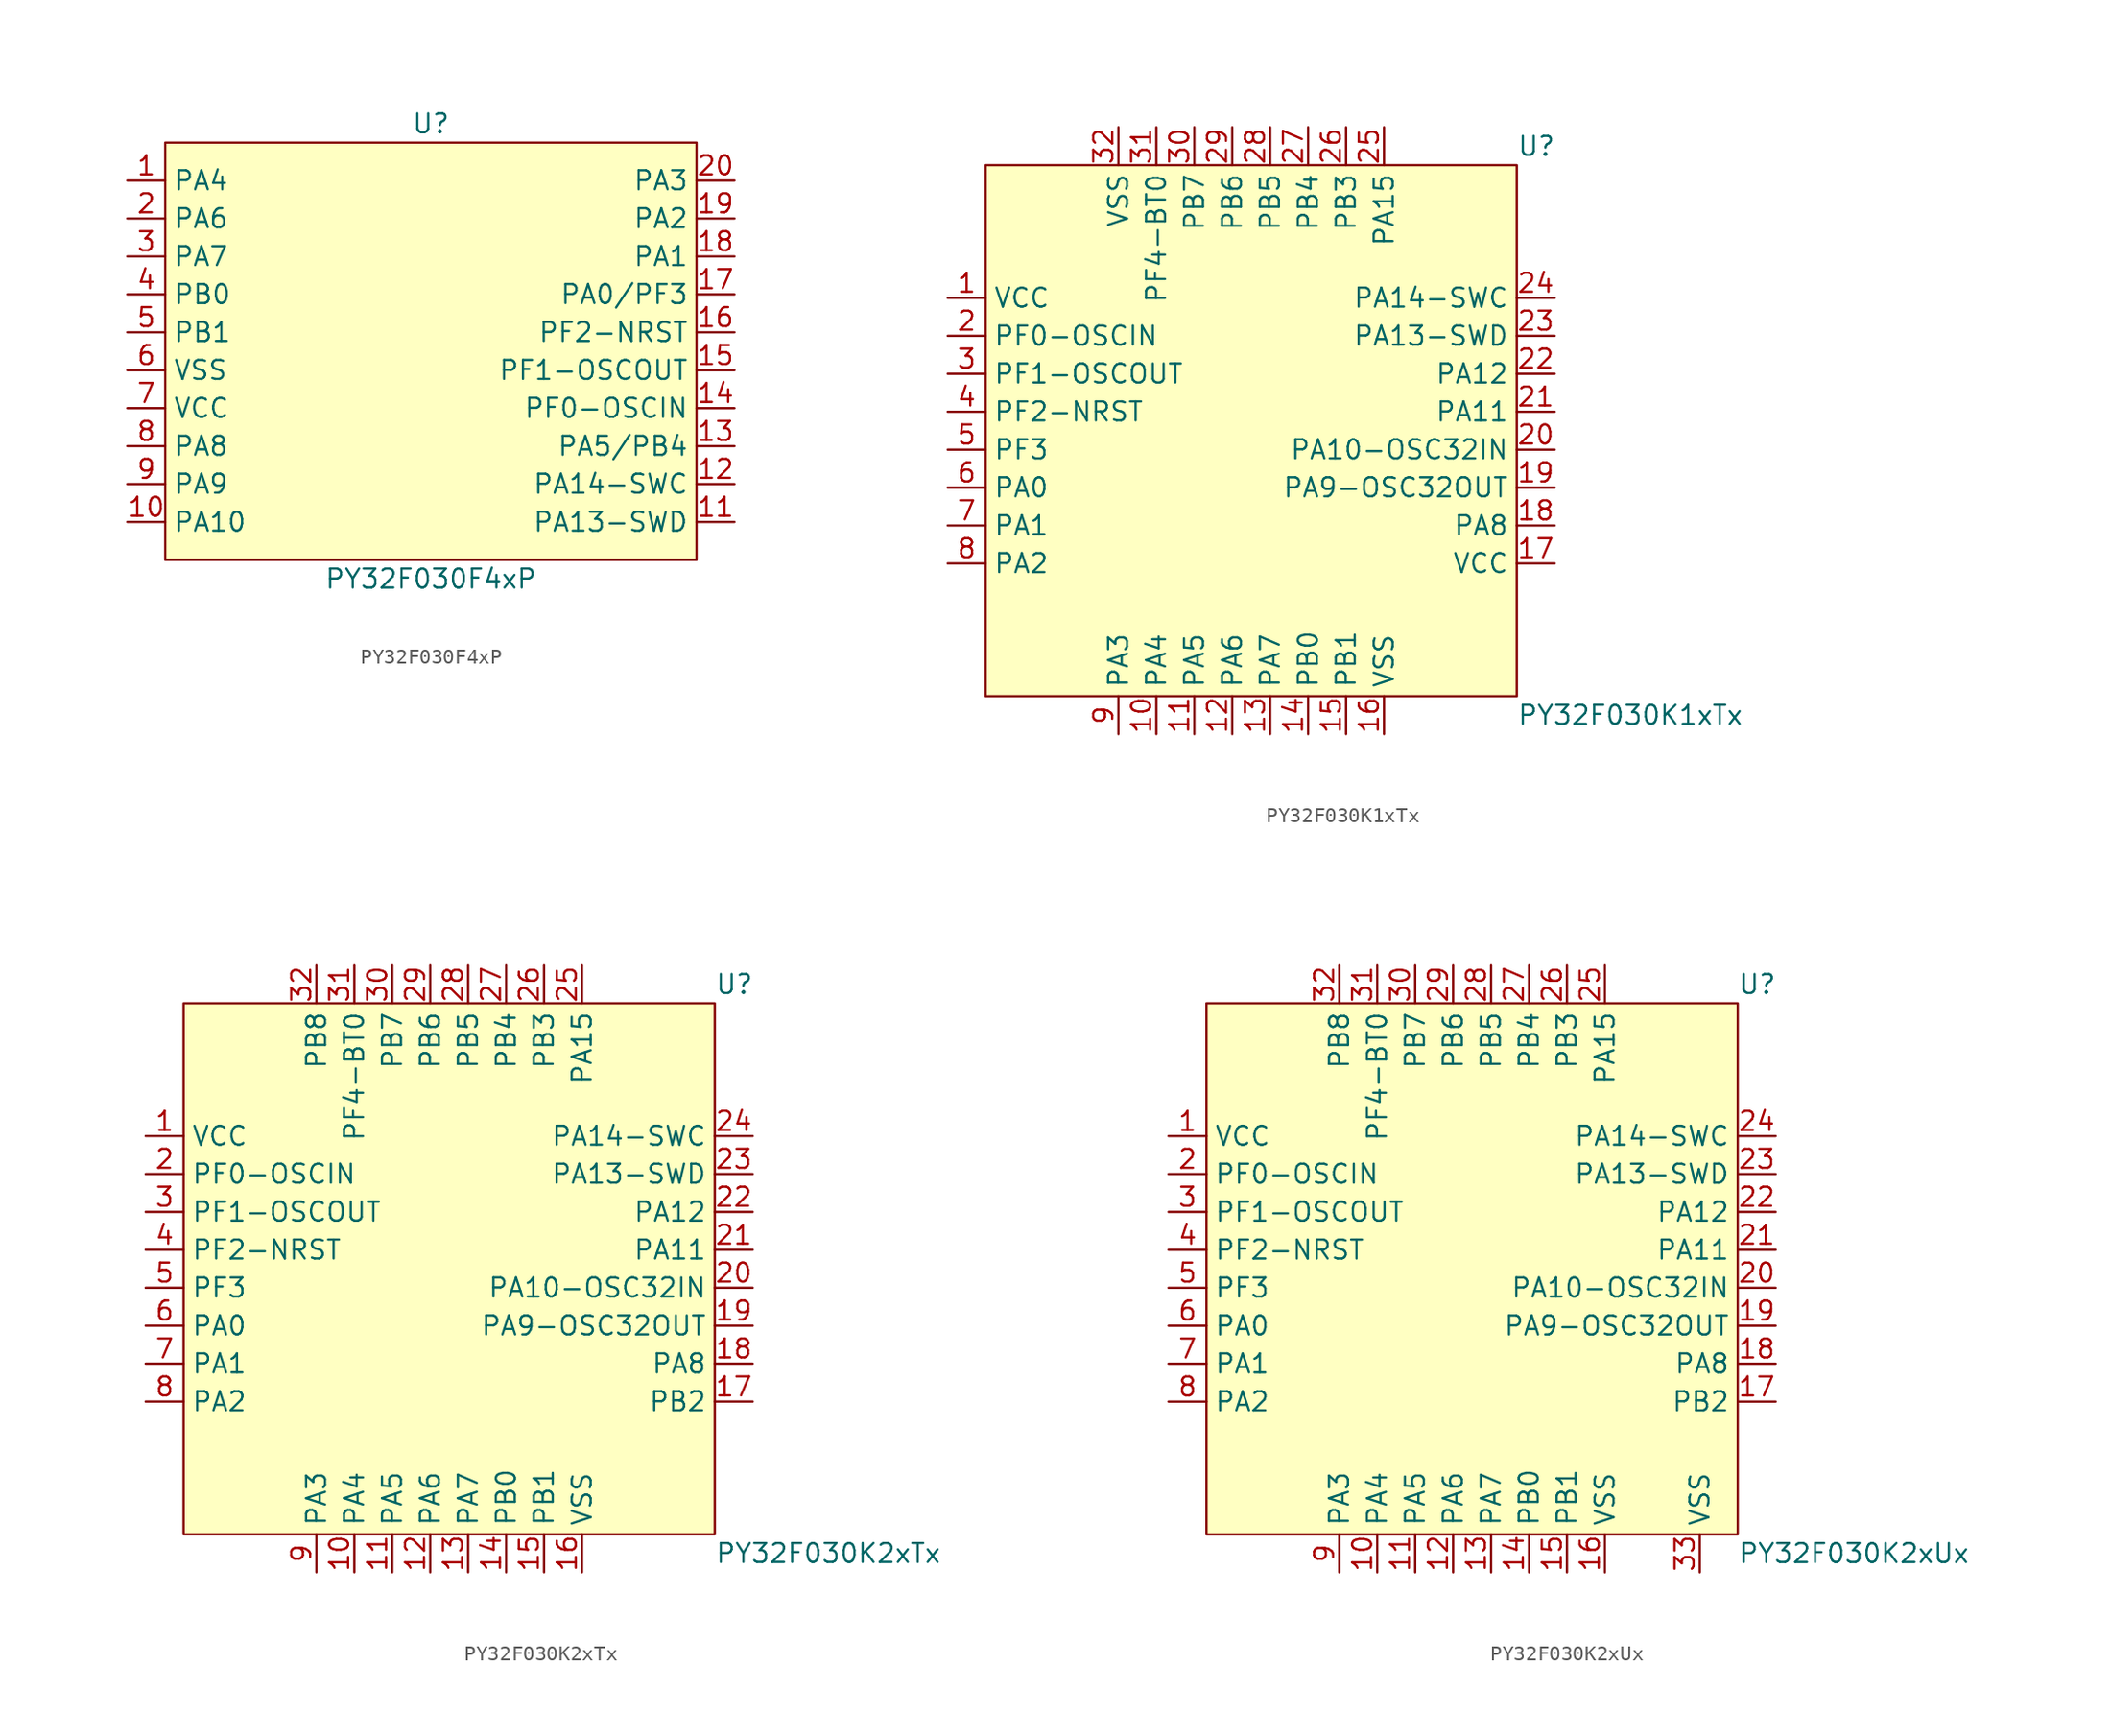
<source format=kicad_sym>
(kicad_symbol_lib
  (version 20241209)
  (generator "kicad_symbol_editor")
  (generator_version "9.0")
  (symbol "PY32F030F4xP"
    (property "Reference" "U"
      (at 0 15.24 0)
      (effects (font (size 1.27 1.27))))
    (property "Value" "PY32F030F4xP"
      (at 0 -15.24 0)
      (effects (font (size 1.27 1.27))))
    (symbol "PY32F030F4xP_0_0"
      (pin unspecified line (at -20.32 11.43 0) (length 2.54) (name "PA4" (effects (font (size 1.27 1.27)))) (number "1" (effects (font (size 1.27 1.27)))))
      (pin unspecified line (at -20.32 8.89 0) (length 2.54) (name "PA6" (effects (font (size 1.27 1.27)))) (number "2" (effects (font (size 1.27 1.27)))))
      (pin unspecified line (at -20.32 6.35 0) (length 2.54) (name "PA7" (effects (font (size 1.27 1.27)))) (number "3" (effects (font (size 1.27 1.27)))))
      (pin unspecified line (at -20.32 3.81 0) (length 2.54) (name "PB0" (effects (font (size 1.27 1.27)))) (number "4" (effects (font (size 1.27 1.27)))))
      (pin unspecified line (at -20.32 1.27 0) (length 2.54) (name "PB1" (effects (font (size 1.27 1.27)))) (number "5" (effects (font (size 1.27 1.27)))))
      (pin unspecified line (at -20.32 -1.27 0) (length 2.54) (name "VSS" (effects (font (size 1.27 1.27)))) (number "6" (effects (font (size 1.27 1.27)))))
      (pin unspecified line (at -20.32 -3.81 0) (length 2.54) (name "VCC" (effects (font (size 1.27 1.27)))) (number "7" (effects (font (size 1.27 1.27)))))
      (pin unspecified line (at -20.32 -6.35 0) (length 2.54) (name "PA8" (effects (font (size 1.27 1.27)))) (number "8" (effects (font (size 1.27 1.27)))))
      (pin unspecified line (at -20.32 -8.89 0) (length 2.54) (name "PA9" (effects (font (size 1.27 1.27)))) (number "9" (effects (font (size 1.27 1.27)))))
      (pin unspecified line (at -20.32 -11.43 0) (length 2.54) (name "PA10" (effects (font (size 1.27 1.27)))) (number "10" (effects (font (size 1.27 1.27)))))
      (pin unspecified line (at 20.32 11.43 180) (length 2.54) (name "PA3" (effects (font (size 1.27 1.27)))) (number "20" (effects (font (size 1.27 1.27)))))
      (pin unspecified line (at 20.32 8.89 180) (length 2.54) (name "PA2" (effects (font (size 1.27 1.27)))) (number "19" (effects (font (size 1.27 1.27)))))
      (pin unspecified line (at 20.32 6.35 180) (length 2.54) (name "PA1" (effects (font (size 1.27 1.27)))) (number "18" (effects (font (size 1.27 1.27)))))
      (pin unspecified line (at 20.32 3.81 180) (length 2.54) (name "PA0/PF3" (effects (font (size 1.27 1.27)))) (number "17" (effects (font (size 1.27 1.27)))))
      (pin unspecified line (at 20.32 1.27 180) (length 2.54) (name "PF2-NRST" (effects (font (size 1.27 1.27)))) (number "16" (effects (font (size 1.27 1.27)))))
      (pin unspecified line (at 20.32 -1.27 180) (length 2.54) (name "PF1-OSCOUT" (effects (font (size 1.27 1.27)))) (number "15" (effects (font (size 1.27 1.27)))))
      (pin unspecified line (at 20.32 -3.81 180) (length 2.54) (name "PF0-OSCIN" (effects (font (size 1.27 1.27)))) (number "14" (effects (font (size 1.27 1.27)))))
      (pin unspecified line (at 20.32 -6.35 180) (length 2.54) (name "PA5/PB4" (effects (font (size 1.27 1.27)))) (number "13" (effects (font (size 1.27 1.27)))))
      (pin unspecified line (at 20.32 -8.89 180) (length 2.54) (name "PA14-SWC" (effects (font (size 1.27 1.27)))) (number "12" (effects (font (size 1.27 1.27)))))
      (pin unspecified line (at 20.32 -11.43 180) (length 2.54) (name "PA13-SWD" (effects (font (size 1.27 1.27)))) (number "11" (effects (font (size 1.27 1.27))))))
    (symbol "PY32F030F4xP_1_1"
      (rectangle (start -17.78 13.97) (end 17.78 -13.97) (stroke (width 0) (type solid)) (fill (type background)))))
  (symbol "PY32F030K1xTx"
    (property "Reference" "U"
      (at 17.78 19.05 0)
      (effects (font (size 1.27 1.27)) (justify left)))
    (property "Value" "PY32F030K1xTx"
      (at 17.78 -19.05 0)
      (effects (font (size 1.27 1.27)) (justify left)))
    (symbol "PY32F030K1xTx_0_0"
      (pin unspecified line (at -20.32 8.89 0) (length 2.54) (name "VCC" (effects (font (size 1.27 1.27)))) (number "1" (effects (font (size 1.27 1.27)))))
      (pin unspecified line (at -20.32 6.35 0) (length 2.54) (name "PF0-OSCIN" (effects (font (size 1.27 1.27)))) (number "2" (effects (font (size 1.27 1.27)))))
      (pin unspecified line (at -20.32 3.81 0) (length 2.54) (name "PF1-OSCOUT" (effects (font (size 1.27 1.27)))) (number "3" (effects (font (size 1.27 1.27)))))
      (pin unspecified line (at -20.32 1.27 0) (length 2.54) (name "PF2-NRST" (effects (font (size 1.27 1.27)))) (number "4" (effects (font (size 1.27 1.27)))))
      (pin unspecified line (at -20.32 -1.27 0) (length 2.54) (name "PF3" (effects (font (size 1.27 1.27)))) (number "5" (effects (font (size 1.27 1.27)))))
      (pin unspecified line (at -20.32 -3.81 0) (length 2.54) (name "PA0" (effects (font (size 1.27 1.27)))) (number "6" (effects (font (size 1.27 1.27)))))
      (pin unspecified line (at -20.32 -6.35 0) (length 2.54) (name "PA1" (effects (font (size 1.27 1.27)))) (number "7" (effects (font (size 1.27 1.27)))))
      (pin unspecified line (at -20.32 -8.89 0) (length 2.54) (name "PA2" (effects (font (size 1.27 1.27)))) (number "8" (effects (font (size 1.27 1.27)))))
      (pin unspecified line (at -8.89 20.32 270) (length 2.54) (name "VSS" (effects (font (size 1.27 1.27)))) (number "32" (effects (font (size 1.27 1.27)))))
      (pin unspecified line (at -8.89 -20.32 90) (length 2.54) (name "PA3" (effects (font (size 1.27 1.27)))) (number "9" (effects (font (size 1.27 1.27)))))
      (pin unspecified line (at -6.35 -20.32 90) (length 2.54) (name "PA4" (effects (font (size 1.27 1.27)))) (number "10" (effects (font (size 1.27 1.27)))))
      (pin unspecified line (at -3.81 20.32 270) (length 2.54) (name "PB7" (effects (font (size 1.27 1.27)))) (number "30" (effects (font (size 1.27 1.27)))))
      (pin unspecified line (at -3.81 -20.32 90) (length 2.54) (name "PA5" (effects (font (size 1.27 1.27)))) (number "11" (effects (font (size 1.27 1.27)))))
      (pin unspecified line (at -1.27 20.32 270) (length 2.54) (name "PB6" (effects (font (size 1.27 1.27)))) (number "29" (effects (font (size 1.27 1.27)))))
      (pin unspecified line (at -1.27 -20.32 90) (length 2.54) (name "PA6" (effects (font (size 1.27 1.27)))) (number "12" (effects (font (size 1.27 1.27)))))
      (pin unspecified line (at 1.27 20.32 270) (length 2.54) (name "PB5" (effects (font (size 1.27 1.27)))) (number "28" (effects (font (size 1.27 1.27)))))
      (pin unspecified line (at 1.27 -20.32 90) (length 2.54) (name "PA7" (effects (font (size 1.27 1.27)))) (number "13" (effects (font (size 1.27 1.27)))))
      (pin unspecified line (at 3.81 20.32 270) (length 2.54) (name "PB4" (effects (font (size 1.27 1.27)))) (number "27" (effects (font (size 1.27 1.27)))))
      (pin unspecified line (at 3.81 -20.32 90) (length 2.54) (name "PB0" (effects (font (size 1.27 1.27)))) (number "14" (effects (font (size 1.27 1.27)))))
      (pin unspecified line (at 6.35 20.32 270) (length 2.54) (name "PB3" (effects (font (size 1.27 1.27)))) (number "26" (effects (font (size 1.27 1.27)))))
      (pin unspecified line (at 6.35 -20.32 90) (length 2.54) (name "PB1" (effects (font (size 1.27 1.27)))) (number "15" (effects (font (size 1.27 1.27)))))
      (pin unspecified line (at 8.89 -20.32 90) (length 2.54) (name "VSS" (effects (font (size 1.27 1.27)))) (number "16" (effects (font (size 1.27 1.27)))))
      (pin unspecified line (at 20.32 6.35 180) (length 2.54) (name "PA13-SWD" (effects (font (size 1.27 1.27)))) (number "23" (effects (font (size 1.27 1.27)))))
      (pin unspecified line (at 20.32 3.81 180) (length 2.54) (name "PA12" (effects (font (size 1.27 1.27)))) (number "22" (effects (font (size 1.27 1.27)))))
      (pin unspecified line (at 20.32 1.27 180) (length 2.54) (name "PA11" (effects (font (size 1.27 1.27)))) (number "21" (effects (font (size 1.27 1.27)))))
      (pin unspecified line (at 20.32 -1.27 180) (length 2.54) (name "PA10-OSC32IN" (effects (font (size 1.27 1.27)))) (number "20" (effects (font (size 1.27 1.27)))))
      (pin unspecified line (at 20.32 -3.81 180) (length 2.54) (name "PA9-OSC32OUT" (effects (font (size 1.27 1.27)))) (number "19" (effects (font (size 1.27 1.27)))))
      (pin unspecified line (at 20.32 -6.35 180) (length 2.54) (name "PA8" (effects (font (size 1.27 1.27)))) (number "18" (effects (font (size 1.27 1.27)))))
      (pin unspecified line (at 20.32 -8.89 180) (length 2.54) (name "VCC" (effects (font (size 1.27 1.27)))) (number "17" (effects (font (size 1.27 1.27))))))
    (symbol "PY32F030K1xTx_1_0"
      (pin unspecified line (at -6.35 20.32 270) (length 2.54) (name "PF4-BT0" (effects (font (size 1.27 1.27)))) (number "31" (effects (font (size 1.27 1.27)))))
      (pin unspecified line (at 8.89 20.32 270) (length 2.54) (name "PA15" (effects (font (size 1.27 1.27)))) (number "25" (effects (font (size 1.27 1.27)))))
      (pin unspecified line (at 20.32 8.89 180) (length 2.54) (name "PA14-SWC" (effects (font (size 1.27 1.27)))) (number "24" (effects (font (size 1.27 1.27))))))
    (symbol "PY32F030K1xTx_1_1"
      (rectangle (start -17.78 17.78) (end 17.78 -17.78) (stroke (width 0) (type solid)) (fill (type background)))))
  (symbol "PY32F030K2xTx"
    (property "Reference" "U"
      (at 17.78 19.05 0)
      (effects (font (size 1.27 1.27)) (justify left)))
    (property "Value" "PY32F030K2xTx"
      (at 17.78 -19.05 0)
      (effects (font (size 1.27 1.27)) (justify left)))
    (symbol "PY32F030K2xTx_0_0"
      (pin unspecified line (at -20.32 8.89 0) (length 2.54) (name "VCC" (effects (font (size 1.27 1.27)))) (number "1" (effects (font (size 1.27 1.27)))))
      (pin unspecified line (at -20.32 6.35 0) (length 2.54) (name "PF0-OSCIN" (effects (font (size 1.27 1.27)))) (number "2" (effects (font (size 1.27 1.27)))))
      (pin unspecified line (at -20.32 3.81 0) (length 2.54) (name "PF1-OSCOUT" (effects (font (size 1.27 1.27)))) (number "3" (effects (font (size 1.27 1.27)))))
      (pin unspecified line (at -20.32 1.27 0) (length 2.54) (name "PF2-NRST" (effects (font (size 1.27 1.27)))) (number "4" (effects (font (size 1.27 1.27)))))
      (pin unspecified line (at -20.32 -1.27 0) (length 2.54) (name "PF3" (effects (font (size 1.27 1.27)))) (number "5" (effects (font (size 1.27 1.27)))))
      (pin unspecified line (at -20.32 -3.81 0) (length 2.54) (name "PA0" (effects (font (size 1.27 1.27)))) (number "6" (effects (font (size 1.27 1.27)))))
      (pin unspecified line (at -20.32 -6.35 0) (length 2.54) (name "PA1" (effects (font (size 1.27 1.27)))) (number "7" (effects (font (size 1.27 1.27)))))
      (pin unspecified line (at -20.32 -8.89 0) (length 2.54) (name "PA2" (effects (font (size 1.27 1.27)))) (number "8" (effects (font (size 1.27 1.27)))))
      (pin unspecified line (at -8.89 20.32 270) (length 2.54) (name "PB8" (effects (font (size 1.27 1.27)))) (number "32" (effects (font (size 1.27 1.27)))))
      (pin unspecified line (at -8.89 -20.32 90) (length 2.54) (name "PA3" (effects (font (size 1.27 1.27)))) (number "9" (effects (font (size 1.27 1.27)))))
      (pin unspecified line (at -6.35 -20.32 90) (length 2.54) (name "PA4" (effects (font (size 1.27 1.27)))) (number "10" (effects (font (size 1.27 1.27)))))
      (pin unspecified line (at -3.81 20.32 270) (length 2.54) (name "PB7" (effects (font (size 1.27 1.27)))) (number "30" (effects (font (size 1.27 1.27)))))
      (pin unspecified line (at -3.81 -20.32 90) (length 2.54) (name "PA5" (effects (font (size 1.27 1.27)))) (number "11" (effects (font (size 1.27 1.27)))))
      (pin unspecified line (at -1.27 20.32 270) (length 2.54) (name "PB6" (effects (font (size 1.27 1.27)))) (number "29" (effects (font (size 1.27 1.27)))))
      (pin unspecified line (at -1.27 -20.32 90) (length 2.54) (name "PA6" (effects (font (size 1.27 1.27)))) (number "12" (effects (font (size 1.27 1.27)))))
      (pin unspecified line (at 1.27 20.32 270) (length 2.54) (name "PB5" (effects (font (size 1.27 1.27)))) (number "28" (effects (font (size 1.27 1.27)))))
      (pin unspecified line (at 1.27 -20.32 90) (length 2.54) (name "PA7" (effects (font (size 1.27 1.27)))) (number "13" (effects (font (size 1.27 1.27)))))
      (pin unspecified line (at 3.81 20.32 270) (length 2.54) (name "PB4" (effects (font (size 1.27 1.27)))) (number "27" (effects (font (size 1.27 1.27)))))
      (pin unspecified line (at 3.81 -20.32 90) (length 2.54) (name "PB0" (effects (font (size 1.27 1.27)))) (number "14" (effects (font (size 1.27 1.27)))))
      (pin unspecified line (at 6.35 20.32 270) (length 2.54) (name "PB3" (effects (font (size 1.27 1.27)))) (number "26" (effects (font (size 1.27 1.27)))))
      (pin unspecified line (at 6.35 -20.32 90) (length 2.54) (name "PB1" (effects (font (size 1.27 1.27)))) (number "15" (effects (font (size 1.27 1.27)))))
      (pin unspecified line (at 8.89 -20.32 90) (length 2.54) (name "VSS" (effects (font (size 1.27 1.27)))) (number "16" (effects (font (size 1.27 1.27)))))
      (pin unspecified line (at 20.32 6.35 180) (length 2.54) (name "PA13-SWD" (effects (font (size 1.27 1.27)))) (number "23" (effects (font (size 1.27 1.27)))))
      (pin unspecified line (at 20.32 3.81 180) (length 2.54) (name "PA12" (effects (font (size 1.27 1.27)))) (number "22" (effects (font (size 1.27 1.27)))))
      (pin unspecified line (at 20.32 1.27 180) (length 2.54) (name "PA11" (effects (font (size 1.27 1.27)))) (number "21" (effects (font (size 1.27 1.27)))))
      (pin unspecified line (at 20.32 -1.27 180) (length 2.54) (name "PA10-OSC32IN" (effects (font (size 1.27 1.27)))) (number "20" (effects (font (size 1.27 1.27)))))
      (pin unspecified line (at 20.32 -3.81 180) (length 2.54) (name "PA9-OSC32OUT" (effects (font (size 1.27 1.27)))) (number "19" (effects (font (size 1.27 1.27)))))
      (pin unspecified line (at 20.32 -6.35 180) (length 2.54) (name "PA8" (effects (font (size 1.27 1.27)))) (number "18" (effects (font (size 1.27 1.27)))))
      (pin unspecified line (at 20.32 -8.89 180) (length 2.54) (name "PB2" (effects (font (size 1.27 1.27)))) (number "17" (effects (font (size 1.27 1.27))))))
    (symbol "PY32F030K2xTx_1_0"
      (pin unspecified line (at -6.35 20.32 270) (length 2.54) (name "PF4-BT0" (effects (font (size 1.27 1.27)))) (number "31" (effects (font (size 1.27 1.27)))))
      (pin unspecified line (at 8.89 20.32 270) (length 2.54) (name "PA15" (effects (font (size 1.27 1.27)))) (number "25" (effects (font (size 1.27 1.27)))))
      (pin unspecified line (at 20.32 8.89 180) (length 2.54) (name "PA14-SWC" (effects (font (size 1.27 1.27)))) (number "24" (effects (font (size 1.27 1.27))))))
    (symbol "PY32F030K2xTx_1_1"
      (rectangle (start -17.78 17.78) (end 17.78 -17.78) (stroke (width 0) (type solid)) (fill (type background)))))
  (symbol "PY32F030K2xUx"
    (property "Reference" "U"
      (at 17.78 19.05 0)
      (effects (font (size 1.27 1.27)) (justify left)))
    (property "Value" "PY32F030K2xUx"
      (at 17.78 -19.05 0)
      (effects (font (size 1.27 1.27)) (justify left)))
    (symbol "PY32F030K2xUx_0_0"
      (pin unspecified line (at -20.32 8.89 0) (length 2.54) (name "VCC" (effects (font (size 1.27 1.27)))) (number "1" (effects (font (size 1.27 1.27)))))
      (pin unspecified line (at -20.32 6.35 0) (length 2.54) (name "PF0-OSCIN" (effects (font (size 1.27 1.27)))) (number "2" (effects (font (size 1.27 1.27)))))
      (pin unspecified line (at -20.32 1.27 0) (length 2.54) (name "PF2-NRST" (effects (font (size 1.27 1.27)))) (number "4" (effects (font (size 1.27 1.27)))))
      (pin unspecified line (at -20.32 -1.27 0) (length 2.54) (name "PF3" (effects (font (size 1.27 1.27)))) (number "5" (effects (font (size 1.27 1.27)))))
      (pin unspecified line (at -20.32 -3.81 0) (length 2.54) (name "PA0" (effects (font (size 1.27 1.27)))) (number "6" (effects (font (size 1.27 1.27)))))
      (pin unspecified line (at -20.32 -6.35 0) (length 2.54) (name "PA1" (effects (font (size 1.27 1.27)))) (number "7" (effects (font (size 1.27 1.27)))))
      (pin unspecified line (at -20.32 -8.89 0) (length 2.54) (name "PA2" (effects (font (size 1.27 1.27)))) (number "8" (effects (font (size 1.27 1.27)))))
      (pin unspecified line (at -8.89 20.32 270) (length 2.54) (name "PB8" (effects (font (size 1.27 1.27)))) (number "32" (effects (font (size 1.27 1.27)))))
      (pin unspecified line (at -8.89 -20.32 90) (length 2.54) (name "PA3" (effects (font (size 1.27 1.27)))) (number "9" (effects (font (size 1.27 1.27)))))
      (pin unspecified line (at -6.35 -20.32 90) (length 2.54) (name "PA4" (effects (font (size 1.27 1.27)))) (number "10" (effects (font (size 1.27 1.27)))))
      (pin unspecified line (at -3.81 20.32 270) (length 2.54) (name "PB7" (effects (font (size 1.27 1.27)))) (number "30" (effects (font (size 1.27 1.27)))))
      (pin unspecified line (at -3.81 -20.32 90) (length 2.54) (name "PA5" (effects (font (size 1.27 1.27)))) (number "11" (effects (font (size 1.27 1.27)))))
      (pin unspecified line (at -1.27 20.32 270) (length 2.54) (name "PB6" (effects (font (size 1.27 1.27)))) (number "29" (effects (font (size 1.27 1.27)))))
      (pin unspecified line (at -1.27 -20.32 90) (length 2.54) (name "PA6" (effects (font (size 1.27 1.27)))) (number "12" (effects (font (size 1.27 1.27)))))
      (pin unspecified line (at 1.27 20.32 270) (length 2.54) (name "PB5" (effects (font (size 1.27 1.27)))) (number "28" (effects (font (size 1.27 1.27)))))
      (pin unspecified line (at 1.27 -20.32 90) (length 2.54) (name "PA7" (effects (font (size 1.27 1.27)))) (number "13" (effects (font (size 1.27 1.27)))))
      (pin unspecified line (at 3.81 20.32 270) (length 2.54) (name "PB4" (effects (font (size 1.27 1.27)))) (number "27" (effects (font (size 1.27 1.27)))))
      (pin unspecified line (at 3.81 -20.32 90) (length 2.54) (name "PB0" (effects (font (size 1.27 1.27)))) (number "14" (effects (font (size 1.27 1.27)))))
      (pin unspecified line (at 6.35 20.32 270) (length 2.54) (name "PB3" (effects (font (size 1.27 1.27)))) (number "26" (effects (font (size 1.27 1.27)))))
      (pin unspecified line (at 6.35 -20.32 90) (length 2.54) (name "PB1" (effects (font (size 1.27 1.27)))) (number "15" (effects (font (size 1.27 1.27)))))
      (pin unspecified line (at 8.89 -20.32 90) (length 2.54) (name "VSS" (effects (font (size 1.27 1.27)))) (number "16" (effects (font (size 1.27 1.27)))))
      (pin unspecified line (at 20.32 6.35 180) (length 2.54) (name "PA13-SWD" (effects (font (size 1.27 1.27)))) (number "23" (effects (font (size 1.27 1.27)))))
      (pin unspecified line (at 20.32 3.81 180) (length 2.54) (name "PA12" (effects (font (size 1.27 1.27)))) (number "22" (effects (font (size 1.27 1.27)))))
      (pin unspecified line (at 20.32 1.27 180) (length 2.54) (name "PA11" (effects (font (size 1.27 1.27)))) (number "21" (effects (font (size 1.27 1.27)))))
      (pin unspecified line (at 20.32 -1.27 180) (length 2.54) (name "PA10-OSC32IN" (effects (font (size 1.27 1.27)))) (number "20" (effects (font (size 1.27 1.27)))))
      (pin unspecified line (at 20.32 -3.81 180) (length 2.54) (name "PA9-OSC32OUT" (effects (font (size 1.27 1.27)))) (number "19" (effects (font (size 1.27 1.27)))))
      (pin unspecified line (at 20.32 -6.35 180) (length 2.54) (name "PA8" (effects (font (size 1.27 1.27)))) (number "18" (effects (font (size 1.27 1.27)))))
      (pin unspecified line (at 20.32 -8.89 180) (length 2.54) (name "PB2" (effects (font (size 1.27 1.27)))) (number "17" (effects (font (size 1.27 1.27))))))
    (symbol "PY32F030K2xUx_1_0"
      (pin unspecified line (at -20.32 3.81 0) (length 2.54) (name "PF1-OSCOUT" (effects (font (size 1.27 1.27)))) (number "3" (effects (font (size 1.27 1.27)))))
      (pin unspecified line (at -6.35 20.32 270) (length 2.54) (name "PF4-BT0" (effects (font (size 1.27 1.27)))) (number "31" (effects (font (size 1.27 1.27)))))
      (pin unspecified line (at 8.89 20.32 270) (length 2.54) (name "PA15" (effects (font (size 1.27 1.27)))) (number "25" (effects (font (size 1.27 1.27)))))
      (pin unspecified line (at 15.24 -20.32 90) (length 2.54) (name "VSS" (effects (font (size 1.27 1.27)))) (number "33" (effects (font (size 1.27 1.27)))))
      (pin unspecified line (at 20.32 8.89 180) (length 2.54) (name "PA14-SWC" (effects (font (size 1.27 1.27)))) (number "24" (effects (font (size 1.27 1.27))))))
    (symbol "PY32F030K2xUx_1_1"
      (rectangle (start -17.78 17.78) (end 17.78 -17.78) (stroke (width 0) (type solid)) (fill (type background))))))
</source>
